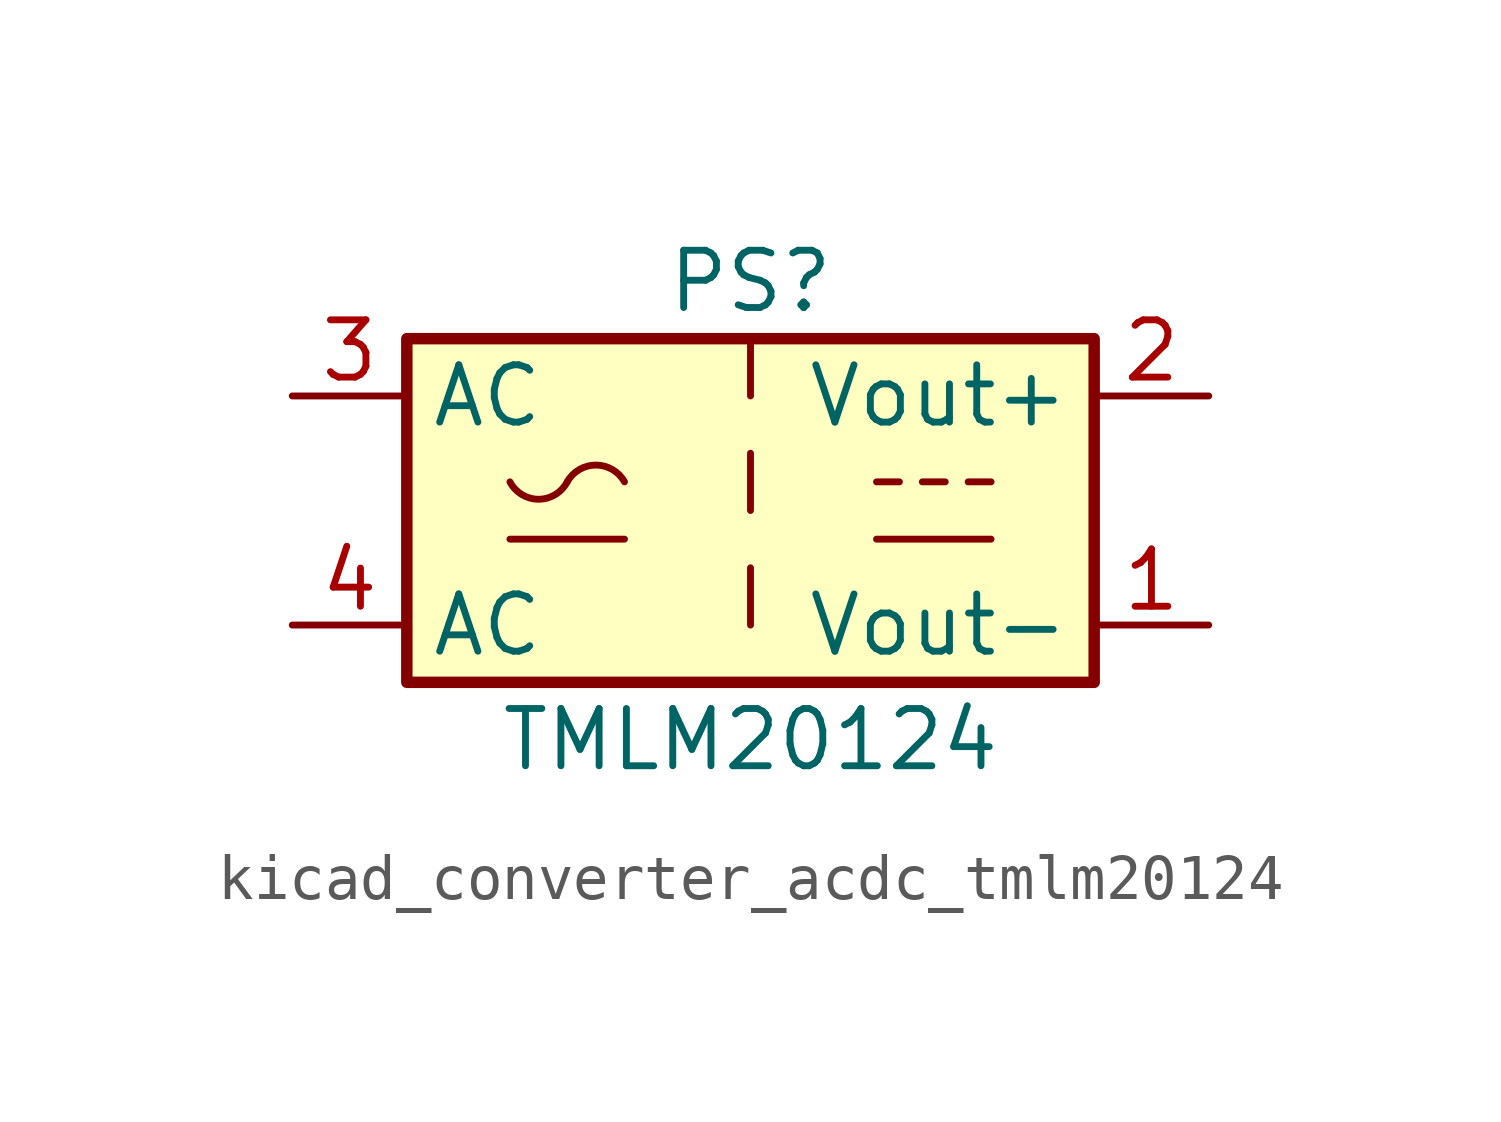
<source format=kicad_sym>
(kicad_symbol_lib
  (version 20220914)
  (generator kicad_symbol_editor)
  (symbol "kicad_converter_acdc_tmlm20124"
    (property "Reference" "PS"
      (at 0 5.08 0)
      (effects (font (size 1.27 1.27))))
    (property "Value" "TMLM20124"
      (at 0 -5.08 0)
      (effects (font (size 1.27 1.27))))
    (symbol "kicad_converter_acdc_tmlm20124_0_1"
      (rectangle (start -7.62 3.81) (end 7.62 -3.81) (stroke (width 0.254) (type default)) (fill (type background)))
      (arc (start -5.334 0.635) (mid -4.699 0.2495) (end -4.064 0.635) (stroke (width 0) (type default)) (fill (type none)))
      (arc (start -2.794 0.635) (mid -3.429 1.0072) (end -4.064 0.635) (stroke (width 0) (type default)) (fill (type none)))
      (polyline (pts (xy -5.334 -0.635) (xy -2.794 -0.635)) (stroke (width 0) (type default)) (fill (type none)))
      (polyline (pts (xy 2.794 -0.635) (xy 5.334 -0.635)) (stroke (width 0) (type default)) (fill (type none)))
      (polyline (pts (xy 2.794 0.635) (xy 3.302 0.635)) (stroke (width 0) (type default)) (fill (type none)))
      (polyline (pts (xy 3.81 0.635) (xy 4.318 0.635)) (stroke (width 0) (type default)) (fill (type none)))
      (polyline (pts (xy 4.826 0.635) (xy 5.334 0.635)) (stroke (width 0) (type default)) (fill (type none))))
    (symbol "kicad_converter_acdc_tmlm20124_1_1"
      (polyline (pts (xy 0 -1.27) (xy 0 -2.54)) (stroke (width 0) (type default)) (fill (type none)))
      (polyline (pts (xy 0 1.27) (xy 0 0)) (stroke (width 0) (type default)) (fill (type none)))
      (polyline (pts (xy 0 3.81) (xy 0 2.54)) (stroke (width 0) (type default)) (fill (type none)))
      (pin power_out line (at 10.16 -2.54 180) (length 2.54) (name "Vout-" (effects (font (size 1.27 1.27)))) (number "1" (effects (font (size 1.27 1.27)))))
      (pin power_out line (at 10.16 2.54 180) (length 2.54) (name "Vout+" (effects (font (size 1.27 1.27)))) (number "2" (effects (font (size 1.27 1.27)))))
      (pin power_in line (at -10.16 2.54 0) (length 2.54) (name "AC" (effects (font (size 1.27 1.27)))) (number "3" (effects (font (size 1.27 1.27)))))
      (pin power_in line (at -10.16 -2.54 0) (length 2.54) (name "AC" (effects (font (size 1.27 1.27)))) (number "4" (effects (font (size 1.27 1.27))))))))
</source>
